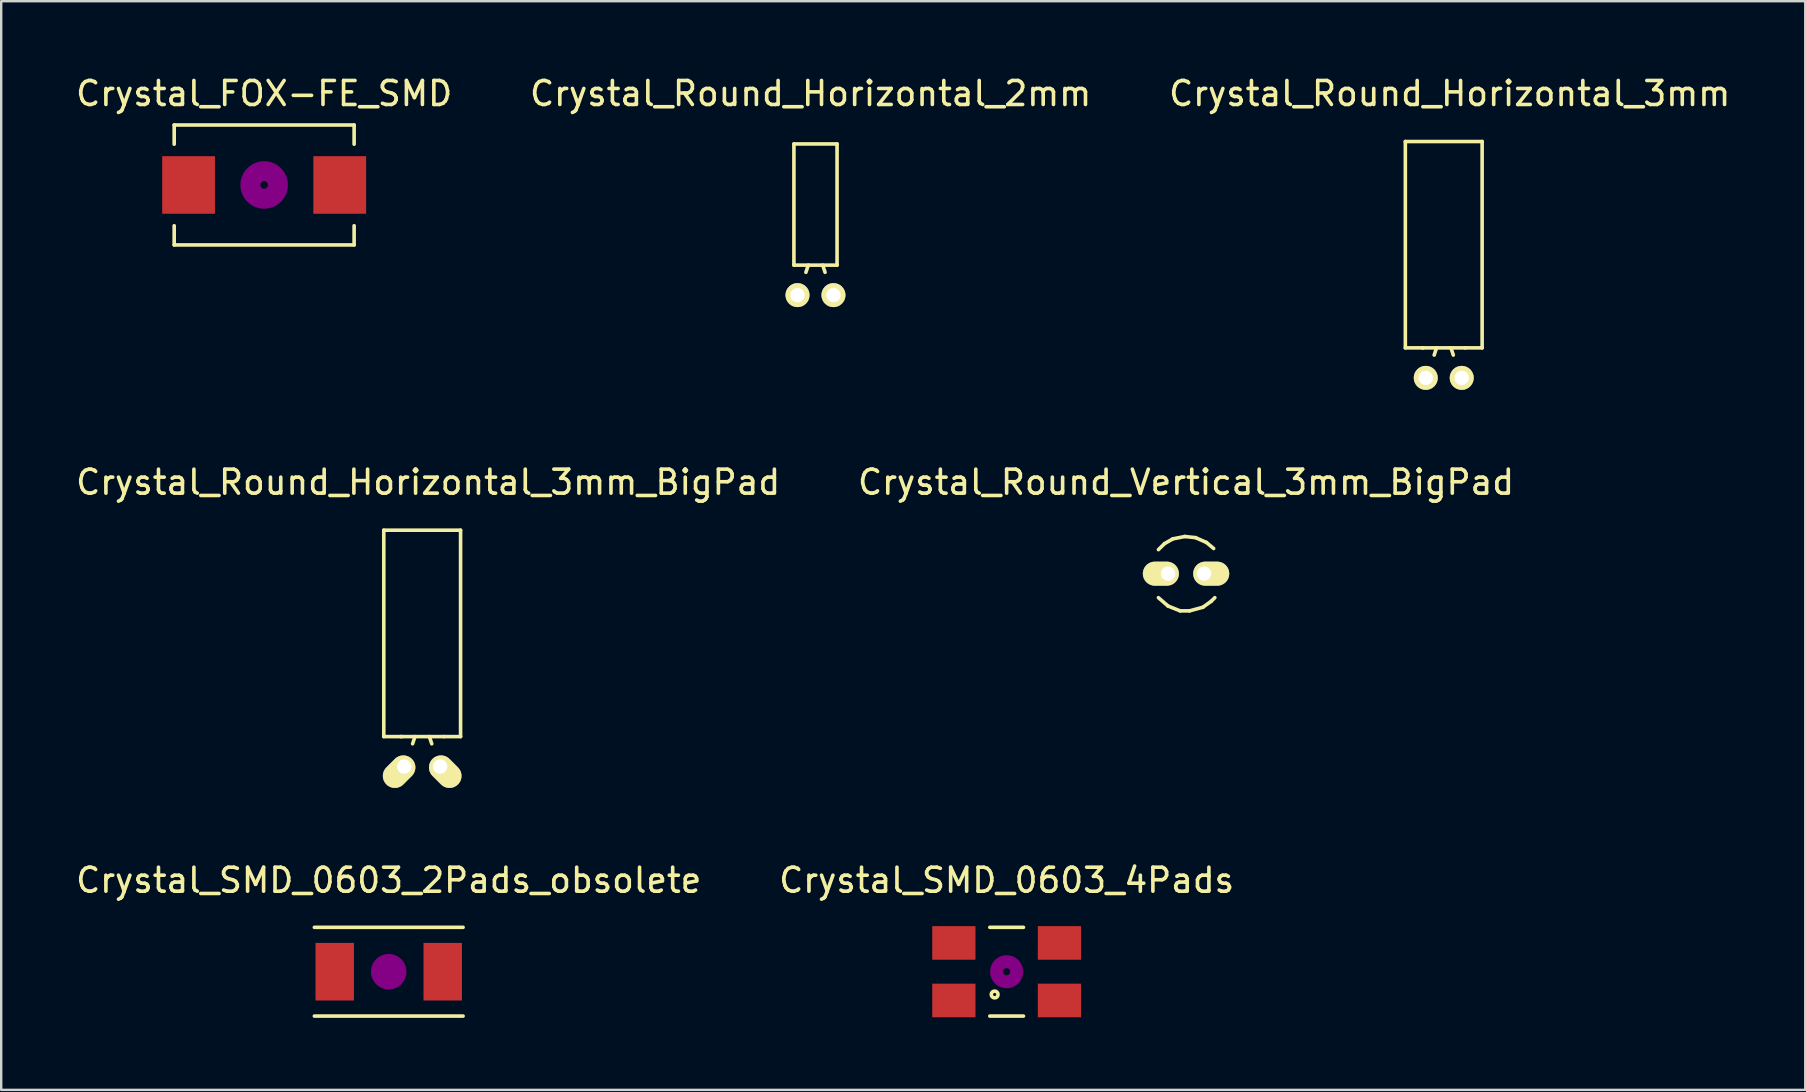
<source format=kicad_pcb>
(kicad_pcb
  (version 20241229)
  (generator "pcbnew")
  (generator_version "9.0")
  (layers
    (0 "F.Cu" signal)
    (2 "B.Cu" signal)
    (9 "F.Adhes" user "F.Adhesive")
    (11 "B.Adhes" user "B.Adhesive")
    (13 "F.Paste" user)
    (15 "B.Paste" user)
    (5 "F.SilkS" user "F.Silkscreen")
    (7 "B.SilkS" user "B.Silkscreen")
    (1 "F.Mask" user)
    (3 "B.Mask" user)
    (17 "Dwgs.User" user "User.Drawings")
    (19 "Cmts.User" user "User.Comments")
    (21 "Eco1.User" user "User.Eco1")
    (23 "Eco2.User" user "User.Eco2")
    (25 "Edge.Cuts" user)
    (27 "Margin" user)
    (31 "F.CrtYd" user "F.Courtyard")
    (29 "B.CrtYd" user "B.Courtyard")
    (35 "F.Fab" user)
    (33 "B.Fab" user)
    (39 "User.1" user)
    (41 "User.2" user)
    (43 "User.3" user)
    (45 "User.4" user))
  (footprint "Crystal_Round_Horizontal_3mm"
    (layer "F.Cu")
    (at 57.114 12.697)
    (property "Reference" "Crystal_Round_Horizontal_3mm" (at 0.249 -11.849 0) (layer "F.SilkS") (effects (font (size 1 1) (thickness 0.15))))
    (attr through_hole)
    (fp_line (start -1.6 -9.85) (end -1.6 -1.25) (stroke (width 0.15) (type solid)) (layer "F.SilkS"))
    (fp_line (start -0.851 -1.25) (end -1.6 -1.25) (stroke (width 0.15) (type solid)) (layer "F.SilkS"))
    (fp_line (start -0.3 -1.25) (end -0.399 -0.95) (stroke (width 0.15) (type solid)) (layer "F.SilkS"))
    (fp_line (start 0.3 -1.25) (end 0.399 -0.95) (stroke (width 0.15) (type solid)) (layer "F.SilkS"))
    (fp_line (start 0.899 -1.25) (end -0.899 -1.25) (stroke (width 0.15) (type solid)) (layer "F.SilkS"))
    (fp_line (start 0.899 -1.25) (end 1.6 -1.25) (stroke (width 0.15) (type solid)) (layer "F.SilkS"))
    (fp_line (start 1.6 -9.85) (end -1.6 -9.85) (stroke (width 0.15) (type solid)) (layer "F.SilkS"))
    (fp_line (start 1.6 -1.25) (end 1.6 -9.85) (stroke (width 0.15) (type solid)) (layer "F.SilkS"))
    (pad "1" thru_hole circle (at -0.749 0) (size 1.001 1.001) (drill 0.599) (layers "*.Cu" "*.Mask" "F.SilkS"))
    (pad "2" thru_hole circle (at 0.749 0) (size 1.001 1.001) (drill 0.599) (layers "*.Cu" "*.Mask" "F.SilkS")))
  (footprint "Crystal_Round_Horizontal_2mm"
    (layer "F.Cu")
    (at 30.933 9.248)
    (property "Reference" "Crystal_Round_Horizontal_2mm" (at -0.201 -8.4 0) (layer "F.SilkS") (effects (font (size 1 1) (thickness 0.15))))
    (attr through_hole)
    (fp_line (start -0.899 -6.299) (end -0.899 -1.25) (stroke (width 0.15) (type solid)) (layer "F.SilkS"))
    (fp_line (start -0.3 -1.25) (end -0.399 -0.95) (stroke (width 0.15) (type solid)) (layer "F.SilkS"))
    (fp_line (start 0.3 -1.25) (end 0.399 -0.95) (stroke (width 0.15) (type solid)) (layer "F.SilkS"))
    (fp_line (start 0.899 -6.299) (end -0.899 -6.299) (stroke (width 0.15) (type solid)) (layer "F.SilkS"))
    (fp_line (start 0.899 -1.25) (end -0.899 -1.25) (stroke (width 0.15) (type solid)) (layer "F.SilkS"))
    (fp_line (start 0.899 -1.25) (end 0.899 -6.299) (stroke (width 0.15) (type solid)) (layer "F.SilkS"))
    (pad "1" thru_hole circle (at -0.749 0) (size 1.001 1.001) (drill 0.599) (layers "*.Cu" "*.Mask" "F.SilkS"))
    (pad "2" thru_hole circle (at 0.749 0) (size 1.001 1.001) (drill 0.599) (layers "*.Cu" "*.Mask" "F.SilkS")))
  (footprint "Crystal_SMD_0603_4Pads"
    (layer "F.Cu")
    (at 38.899 37.443)
    (property "Reference" "Crystal_SMD_0603_4Pads" (at 0 -3.81 0) (layer "F.SilkS") (effects (font (size 1 1) (thickness 0.15))))
    (attr smd)
    (fp_line (start -0.701 -1.849) (end 0.701 -1.849) (stroke (width 0.15) (type solid)) (layer "F.SilkS"))
    (fp_line (start 0.701 1.849) (end -0.701 1.849) (stroke (width 0.15) (type solid)) (layer "F.SilkS"))
    (fp_circle (center -0.5 0.95) (end -0.399 1.049) (stroke (width 0.15) (type solid)) (fill no) (layer "F.SilkS"))
    (fp_circle (center 0 0) (end 0.15 0) (stroke (width 0.381) (type solid)) (fill no) (layer "F.Adhes"))
    (fp_circle (center 0 0) (end 0.5 0) (stroke (width 0.381) (type solid)) (fill no) (layer "F.Adhes"))
    (pad "1" smd rect (at -2.2 1.199) (size 1.801 1.4) (layers "F.Cu" "F.Mask" "F.Paste"))
    (pad "2" smd rect (at 2.2 1.199) (size 1.801 1.4) (layers "F.Cu" "F.Mask" "F.Paste"))
    (pad "3" smd rect (at 2.2 -1.199) (size 1.801 1.4) (layers "F.Cu" "F.Mask" "F.Paste"))
    (pad "4" smd rect (at -2.2 -1.199) (size 1.801 1.4) (layers "F.Cu" "F.Mask" "F.Paste")))
  (footprint "Crystal_Round_Vertical_3mm_BigPad"
    (layer "F.Cu")
    (at 46.375 20.856)
    (property "Reference" "Crystal_Round_Vertical_3mm_BigPad" (at 0 -3.81 0) (layer "F.SilkS") (effects (font (size 1 1) (thickness 0.15))))
    (attr through_hole)
    (fp_line (start -0.899 -1.25) (end -1.151 -1.001) (stroke (width 0.15) (type solid)) (layer "F.SilkS"))
    (fp_line (start -0.749 1.349) (end -1.151 1.001) (stroke (width 0.15) (type solid)) (layer "F.SilkS"))
    (fp_line (start -0.551 -1.45) (end -0.899 -1.25) (stroke (width 0.15) (type solid)) (layer "F.SilkS"))
    (fp_line (start -0.249 1.549) (end -0.749 1.349) (stroke (width 0.15) (type solid)) (layer "F.SilkS"))
    (fp_line (start -0.051 -1.549) (end -0.551 -1.45) (stroke (width 0.15) (type solid)) (layer "F.SilkS"))
    (fp_line (start 0.15 1.549) (end -0.249 1.549) (stroke (width 0.15) (type solid)) (layer "F.SilkS"))
    (fp_line (start 0.399 -1.501) (end -0.051 -1.549) (stroke (width 0.15) (type solid)) (layer "F.SilkS"))
    (fp_line (start 0.701 1.4) (end 0.15 1.549) (stroke (width 0.15) (type solid)) (layer "F.SilkS"))
    (fp_line (start 0.851 -1.3) (end 0.399 -1.501) (stroke (width 0.15) (type solid)) (layer "F.SilkS"))
    (fp_line (start 1.049 1.151) (end 0.701 1.4) (stroke (width 0.15) (type solid)) (layer "F.SilkS"))
    (fp_line (start 1.049 1.151) (end 1.199 1.001) (stroke (width 0.15) (type solid)) (layer "F.SilkS"))
    (fp_line (start 1.151 -1.049) (end 0.851 -1.3) (stroke (width 0.15) (type solid)) (layer "F.SilkS"))
    (pad "1" thru_hole oval (at -0.749 0) (size 1.501 1.001) (drill 0.599 (offset -0.3 0)) (layers "*.Cu" "*.Mask" "F.SilkS"))
    (pad "2" thru_hole oval (at 0.749 0) (size 1.501 1.001) (drill 0.599 (offset 0.3 0)) (layers "*.Cu" "*.Mask" "F.SilkS")))
  (footprint "Crystal_Round_Horizontal_3mm_BigPad"
    (layer "F.Cu")
    (at 14.543 28.895)
    (property "Reference" "Crystal_Round_Horizontal_3mm_BigPad" (at 0.249 -11.849 0) (layer "F.SilkS") (effects (font (size 1 1) (thickness 0.15))))
    (attr through_hole)
    (fp_line (start -1.6 -9.85) (end -1.6 -1.25) (stroke (width 0.15) (type solid)) (layer "F.SilkS"))
    (fp_line (start -0.851 -1.25) (end -1.6 -1.25) (stroke (width 0.15) (type solid)) (layer "F.SilkS"))
    (fp_line (start -0.3 -1.25) (end -0.399 -0.95) (stroke (width 0.15) (type solid)) (layer "F.SilkS"))
    (fp_line (start 0.3 -1.25) (end 0.399 -0.95) (stroke (width 0.15) (type solid)) (layer "F.SilkS"))
    (fp_line (start 0.899 -1.25) (end -0.899 -1.25) (stroke (width 0.15) (type solid)) (layer "F.SilkS"))
    (fp_line (start 0.899 -1.25) (end 1.6 -1.25) (stroke (width 0.15) (type solid)) (layer "F.SilkS"))
    (fp_line (start 1.6 -9.85) (end -1.6 -9.85) (stroke (width 0.15) (type solid)) (layer "F.SilkS"))
    (fp_line (start 1.6 -1.25) (end 1.6 -9.85) (stroke (width 0.15) (type solid)) (layer "F.SilkS"))
    (pad "1" thru_hole oval (at -0.749 0 45) (size 1.501 1.001) (drill 0.599 (offset -0.3 0)) (layers "*.Cu" "*.Mask" "F.SilkS"))
    (pad "2" thru_hole oval (at 0.749 0 315) (size 1.501 1.001) (drill 0.599 (offset 0.3 0)) (layers "*.Cu" "*.Mask" "F.SilkS")))
  (footprint "Crystal_FOX-FE_SMD"
    (layer "F.Cu")
    (at 7.958 4.658)
    (property "Reference" "Crystal_FOX-FE_SMD" (at 0 -3.81 0) (layer "F.SilkS") (effects (font (size 1 1) (thickness 0.15))))
    (attr smd)
    (fp_line (start -3.749 -2.499) (end -3.749 -1.699) (stroke (width 0.15) (type solid)) (layer "F.SilkS"))
    (fp_line (start -3.749 2.499) (end -3.749 1.699) (stroke (width 0.15) (type solid)) (layer "F.SilkS"))
    (fp_line (start -3.749 2.499) (end 3.749 2.499) (stroke (width 0.15) (type solid)) (layer "F.SilkS"))
    (fp_line (start 3.749 -2.499) (end -3.749 -2.499) (stroke (width 0.15) (type solid)) (layer "F.SilkS"))
    (fp_line (start 3.749 -2.499) (end 3.749 -1.699) (stroke (width 0.15) (type solid)) (layer "F.SilkS"))
    (fp_line (start 3.749 2.499) (end 3.749 1.699) (stroke (width 0.15) (type solid)) (layer "F.SilkS"))
    (fp_circle (center 0 0) (end 0.15 -0.051) (stroke (width 0.381) (type solid)) (fill no) (layer "F.Adhes"))
    (fp_circle (center 0 0) (end 0.5 0) (stroke (width 0.381) (type solid)) (fill no) (layer "F.Adhes"))
    (fp_circle (center 0 0) (end 0.8 0) (stroke (width 0.381) (type solid)) (fill no) (layer "F.Adhes"))
    (pad "1" smd rect (at -3.15 0) (size 2.2 2.4) (layers "F.Cu" "F.Mask" "F.Paste"))
    (pad "2" smd rect (at 3.15 0) (size 2.2 2.4) (layers "F.Cu" "F.Mask" "F.Paste")))
  (footprint "Crystal_SMD_0603_2Pads_obsolete"
    (layer "F.Cu")
    (at 13.149 37.443)
    (property "Reference" "Crystal_SMD_0603_2Pads_obsolete" (at 0 -3.81 0) (layer "F.SilkS") (effects (font (size 1 1) (thickness 0.15))))
    (attr smd)
    (fp_line (start -3.099 -1.849) (end 3.099 -1.849) (stroke (width 0.15) (type solid)) (layer "F.SilkS"))
    (fp_line (start 3.099 1.849) (end -3.099 1.849) (stroke (width 0.15) (type solid)) (layer "F.SilkS"))
    (fp_circle (center 0 0) (end 0.051 0) (stroke (width 0.381) (type solid)) (fill no) (layer "F.Adhes"))
    (fp_circle (center 0 0) (end 0.201 0) (stroke (width 0.381) (type solid)) (fill no) (layer "F.Adhes"))
    (fp_circle (center 0 0) (end 0.551 0) (stroke (width 0.381) (type solid)) (fill no) (layer "F.Adhes"))
    (pad "1" smd rect (at -2.25 0) (size 1.6 2.4) (layers "F.Cu" "F.Mask" "F.Paste"))
    (pad "2" smd rect (at 2.25 0) (size 1.6 2.4) (layers "F.Cu" "F.Mask" "F.Paste")))
  (gr_rect
    (start -3 -3)
    (end 72.179 42.367)
    (stroke (width 0.1) (type default))
    (fill no)
    (layer "Edge.Cuts")))
</source>
